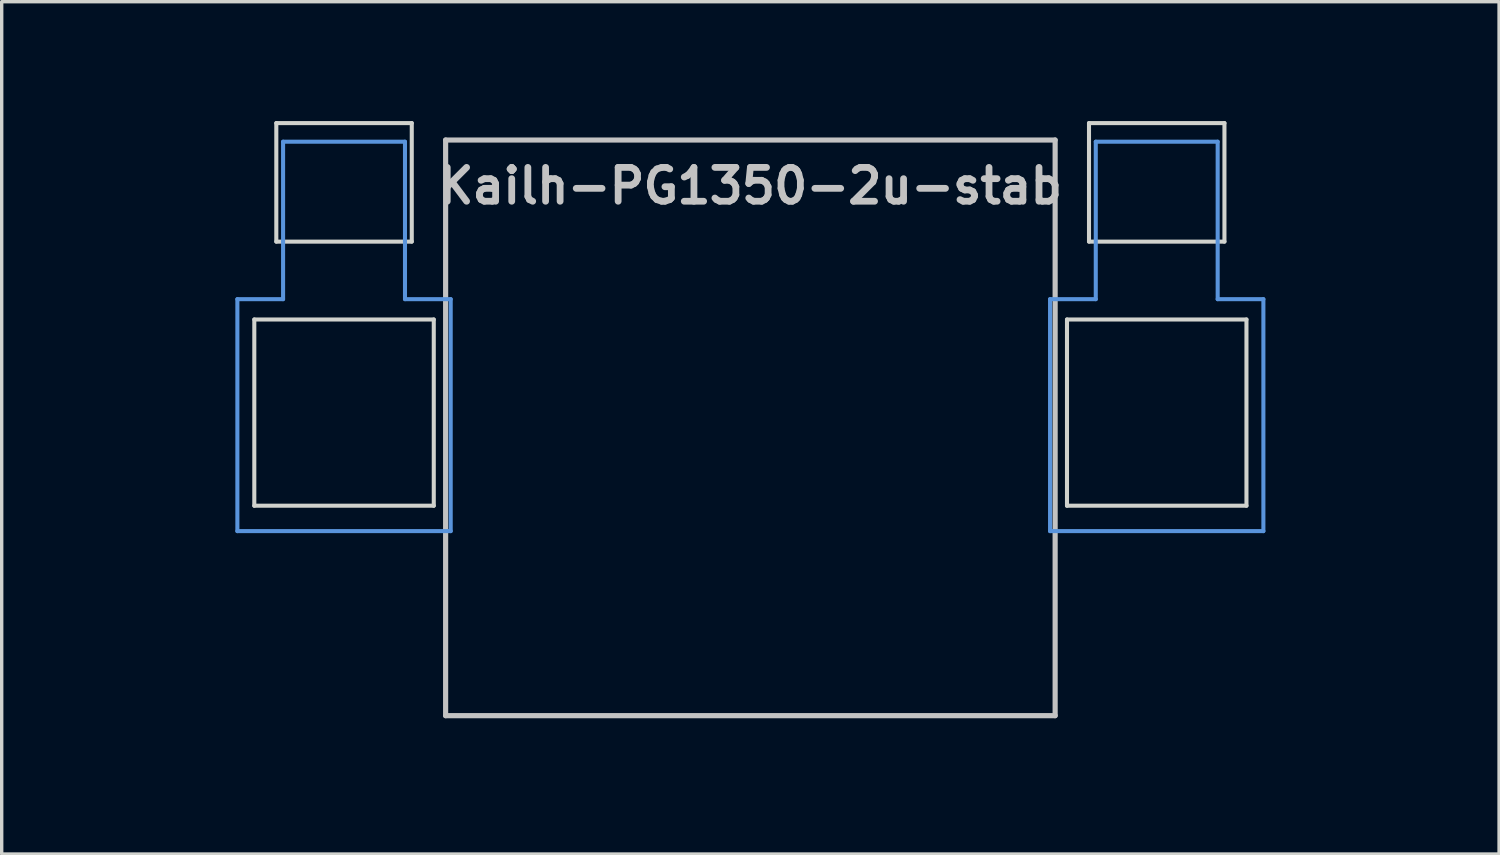
<source format=kicad_pcb>
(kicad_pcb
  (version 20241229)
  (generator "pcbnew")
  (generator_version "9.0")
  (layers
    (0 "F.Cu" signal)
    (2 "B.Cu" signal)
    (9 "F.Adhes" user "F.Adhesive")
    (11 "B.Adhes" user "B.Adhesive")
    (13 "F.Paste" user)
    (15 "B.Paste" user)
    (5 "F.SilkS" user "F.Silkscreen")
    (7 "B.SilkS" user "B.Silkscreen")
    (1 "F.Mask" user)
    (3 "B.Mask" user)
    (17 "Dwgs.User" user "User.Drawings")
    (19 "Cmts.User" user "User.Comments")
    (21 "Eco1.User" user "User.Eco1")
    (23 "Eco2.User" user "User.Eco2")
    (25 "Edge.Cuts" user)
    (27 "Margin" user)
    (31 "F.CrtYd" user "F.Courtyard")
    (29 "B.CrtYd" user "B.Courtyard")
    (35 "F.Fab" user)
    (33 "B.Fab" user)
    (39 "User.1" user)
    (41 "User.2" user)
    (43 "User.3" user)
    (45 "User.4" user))
  (footprint "Kailh-PG1350-2u-stab"
    (layer "F.Cu")
    (at 19.11 9.585)
    (property "Reference" "Kailh-PG1350-2u-stab" (at 0 -7.144 180) (layer "Dwgs.User") (effects (font (size 1 1) (thickness 0.2))))
    (attr through_hole)
    (fp_line (start -9 -8.5) (end 9 -8.5) (stroke (width 0.152) (type solid)) (layer "Dwgs.User"))
    (fp_line (start -9 8.5) (end -9 -8.5) (stroke (width 0.152) (type solid)) (layer "Dwgs.User"))
    (fp_line (start 9 -8.5) (end 9 8.5) (stroke (width 0.152) (type solid)) (layer "Dwgs.User"))
    (fp_line (start 9 8.5) (end -9 8.5) (stroke (width 0.152) (type solid)) (layer "Dwgs.User"))
    (fp_line (start -15.15 -3.8) (end -13.8 -3.8) (stroke (width 0.12) (type solid)) (layer "Cmts.User"))
    (fp_line (start -15.15 3.05) (end -15.15 -3.8) (stroke (width 0.12) (type solid)) (layer "Cmts.User"))
    (fp_line (start -15.15 3.05) (end -8.85 3.05) (stroke (width 0.12) (type solid)) (layer "Cmts.User"))
    (fp_line (start -13.8 -8.45) (end -13.8 -3.8) (stroke (width 0.12) (type solid)) (layer "Cmts.User"))
    (fp_line (start -13.8 -8.45) (end -10.2 -8.45) (stroke (width 0.12) (type solid)) (layer "Cmts.User"))
    (fp_line (start -10.2 -8.45) (end -10.2 -3.8) (stroke (width 0.12) (type solid)) (layer "Cmts.User"))
    (fp_line (start -10.2 -3.8) (end -8.85 -3.8) (stroke (width 0.12) (type solid)) (layer "Cmts.User"))
    (fp_line (start -8.85 3.05) (end -8.85 -3.8) (stroke (width 0.12) (type solid)) (layer "Cmts.User"))
    (fp_line (start 8.85 -3.8) (end 10.2 -3.8) (stroke (width 0.12) (type solid)) (layer "Cmts.User"))
    (fp_line (start 8.85 3.05) (end 8.85 -3.8) (stroke (width 0.12) (type solid)) (layer "Cmts.User"))
    (fp_line (start 8.85 3.05) (end 15.15 3.05) (stroke (width 0.12) (type solid)) (layer "Cmts.User"))
    (fp_line (start 10.2 -8.45) (end 10.2 -3.8) (stroke (width 0.12) (type solid)) (layer "Cmts.User"))
    (fp_line (start 10.2 -8.45) (end 13.8 -8.45) (stroke (width 0.12) (type solid)) (layer "Cmts.User"))
    (fp_line (start 13.8 -8.45) (end 13.8 -3.8) (stroke (width 0.12) (type solid)) (layer "Cmts.User"))
    (fp_line (start 13.8 -3.8) (end 15.15 -3.8) (stroke (width 0.12) (type solid)) (layer "Cmts.User"))
    (fp_line (start 15.15 3.05) (end 15.15 -3.8) (stroke (width 0.12) (type solid)) (layer "Cmts.User"))
    (fp_line (start -19.05 -9.525) (end -19.05 9.525) (stroke (width 0.12) (type solid)) (layer "Eco1.User"))
    (fp_line (start -19.05 -9.525) (end 19.05 -9.525) (stroke (width 0.12) (type solid)) (layer "Eco1.User"))
    (fp_line (start -19.05 9.525) (end 19.05 9.525) (stroke (width 0.12) (type solid)) (layer "Eco1.User"))
    (fp_line (start 19.05 -9.525) (end 19.05 9.525) (stroke (width 0.12) (type solid)) (layer "Eco1.User"))
    (fp_line (start -14.65 -3.2) (end -14.65 2.3) (stroke (width 0.12) (type solid)) (layer "Edge.Cuts"))
    (fp_line (start -14.65 -3.2) (end -9.35 -3.2) (stroke (width 0.12) (type solid)) (layer "Edge.Cuts"))
    (fp_line (start -14.65 2.3) (end -9.35 2.3) (stroke (width 0.12) (type solid)) (layer "Edge.Cuts"))
    (fp_line (start -14 -9) (end -14 -5.5) (stroke (width 0.12) (type solid)) (layer "Edge.Cuts"))
    (fp_line (start -14 -9) (end -10 -9) (stroke (width 0.12) (type solid)) (layer "Edge.Cuts"))
    (fp_line (start -14 -5.5) (end -10 -5.5) (stroke (width 0.12) (type solid)) (layer "Edge.Cuts"))
    (fp_line (start -10 -5.5) (end -10 -9) (stroke (width 0.12) (type solid)) (layer "Edge.Cuts"))
    (fp_line (start -9.35 2.3) (end -9.35 -3.2) (stroke (width 0.12) (type solid)) (layer "Edge.Cuts"))
    (fp_line (start 9.35 -3.2) (end 9.35 2.3) (stroke (width 0.12) (type solid)) (layer "Edge.Cuts"))
    (fp_line (start 9.35 -3.2) (end 14.65 -3.2) (stroke (width 0.12) (type solid)) (layer "Edge.Cuts"))
    (fp_line (start 9.35 2.3) (end 14.65 2.3) (stroke (width 0.12) (type solid)) (layer "Edge.Cuts"))
    (fp_line (start 10 -9) (end 10 -5.5) (stroke (width 0.12) (type solid)) (layer "Edge.Cuts"))
    (fp_line (start 10 -9) (end 14 -9) (stroke (width 0.12) (type solid)) (layer "Edge.Cuts"))
    (fp_line (start 10 -5.5) (end 14 -5.5) (stroke (width 0.12) (type solid)) (layer "Edge.Cuts"))
    (fp_line (start 14 -5.5) (end 14 -9) (stroke (width 0.12) (type solid)) (layer "Edge.Cuts"))
    (fp_line (start 14.65 2.3) (end 14.65 -3.2) (stroke (width 0.12) (type solid)) (layer "Edge.Cuts")))
  (gr_rect
    (start -3 -3)
    (end 41.22 22.17)
    (stroke (width 0.1) (type default))
    (fill no)
    (layer "Edge.Cuts")))
</source>
